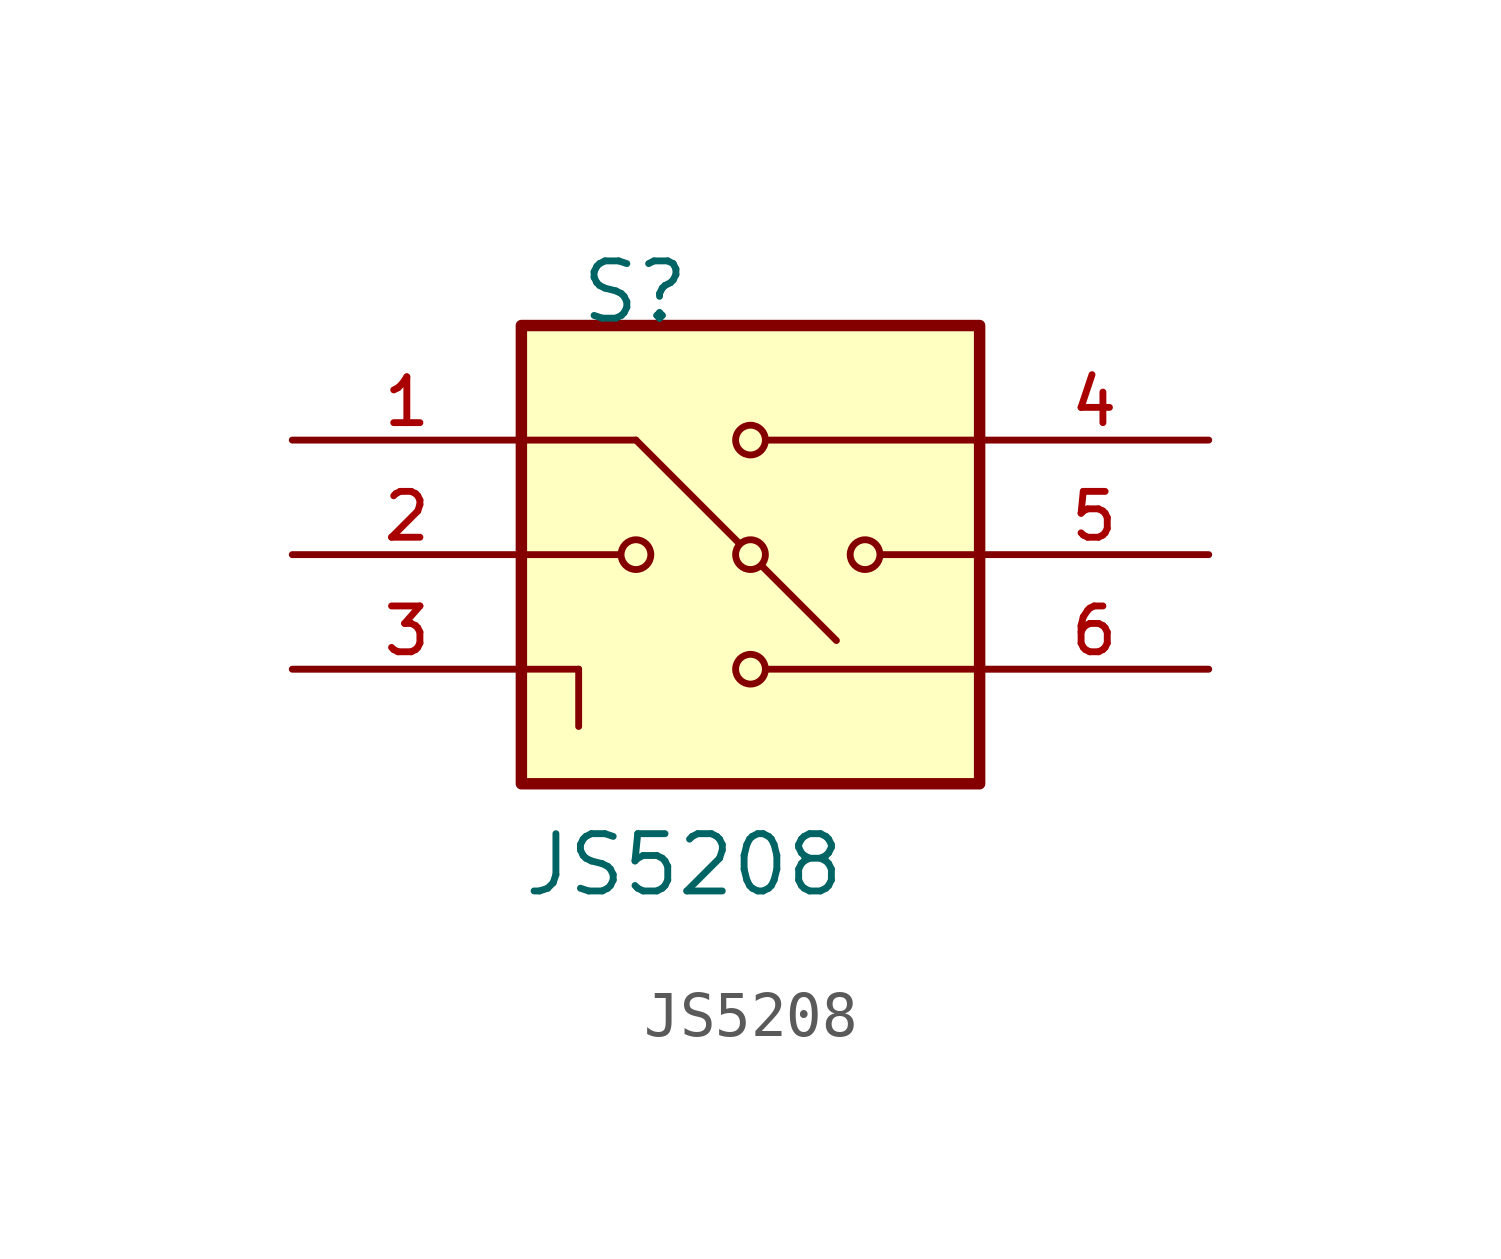
<source format=kicad_sym>
(kicad_symbol_lib
  (version 20231120)
  (generator "kicad_symbol_editor")
  (generator_version "8.0")
  (symbol "JS5208"
    (pin_names
      (offset 1.016))
    (property "Reference" "S"
      (at -1.27 -13.97 0)
      (effects (font (size 1.27 1.27)) (justify left bottom)))
    (property "Value" "JS5208"
      (at -2.54 -26.67 0)
      (effects (font (size 1.27 1.27)) (justify left bottom)))
    (symbol "JS5208_0_0"
      (rectangle (start -2.54 -13.97) (end 7.62 -24.13) (stroke (width 0.254) (type default)) (fill (type background)))
      (circle (center 0 -19.05) (radius 0.33) (stroke (width 0.152) (type default)) (fill (type none)))
      (polyline (pts (xy -2.54 -21.59) (xy -1.27 -21.59)) (stroke (width 0.152) (type default)) (fill (type none)))
      (polyline (pts (xy -2.54 -19.05) (xy -0.381 -19.05)) (stroke (width 0.152) (type default)) (fill (type none)))
      (polyline (pts (xy -2.54 -16.51) (xy 0 -16.51)) (stroke (width 0.152) (type default)) (fill (type none)))
      (polyline (pts (xy -1.27 -21.59) (xy -1.27 -22.86)) (stroke (width 0.152) (type default)) (fill (type none)))
      (polyline (pts (xy 0 -16.51) (xy 2.286 -18.796)) (stroke (width 0.152) (type default)) (fill (type none)))
      (polyline (pts (xy 2.794 -19.304) (xy 4.445 -20.955)) (stroke (width 0.152) (type default)) (fill (type none)))
      (polyline (pts (xy 2.921 -21.59) (xy 7.62 -21.59)) (stroke (width 0.152) (type default)) (fill (type none)))
      (polyline (pts (xy 2.921 -16.51) (xy 7.62 -16.51)) (stroke (width 0.152) (type default)) (fill (type none)))
      (polyline (pts (xy 5.461 -19.05) (xy 7.62 -19.05)) (stroke (width 0.152) (type default)) (fill (type none)))
      (circle (center 2.54 -21.59) (radius 0.33) (stroke (width 0.152) (type default)) (fill (type none)))
      (circle (center 2.54 -19.05) (radius 0.33) (stroke (width 0.152) (type default)) (fill (type none)))
      (circle (center 2.54 -16.51) (radius 0.33) (stroke (width 0.152) (type default)) (fill (type none)))
      (circle (center 5.08 -19.05) (radius 0.33) (stroke (width 0.152) (type default)) (fill (type none)))
      (pin passive line (at -7.62 -16.51 0) (length 5.08) (name "~" (effects (font (size 1.016 1.016)))) (number "1" (effects (font (size 1.016 1.016)))))
      (pin passive line (at -7.62 -19.05 0) (length 5.08) (name "~" (effects (font (size 1.016 1.016)))) (number "2" (effects (font (size 1.016 1.016)))))
      (pin passive line (at -7.62 -21.59 0) (length 5.08) (name "~" (effects (font (size 1.016 1.016)))) (number "3" (effects (font (size 1.016 1.016)))))
      (pin passive line (at 12.7 -16.51 180) (length 5.08) (name "~" (effects (font (size 1.016 1.016)))) (number "4" (effects (font (size 1.016 1.016)))))
      (pin passive line (at 12.7 -19.05 180) (length 5.08) (name "~" (effects (font (size 1.016 1.016)))) (number "5" (effects (font (size 1.016 1.016)))))
      (pin passive line (at 12.7 -21.59 180) (length 5.08) (name "~" (effects (font (size 1.016 1.016)))) (number "6" (effects (font (size 1.016 1.016))))))))
</source>
